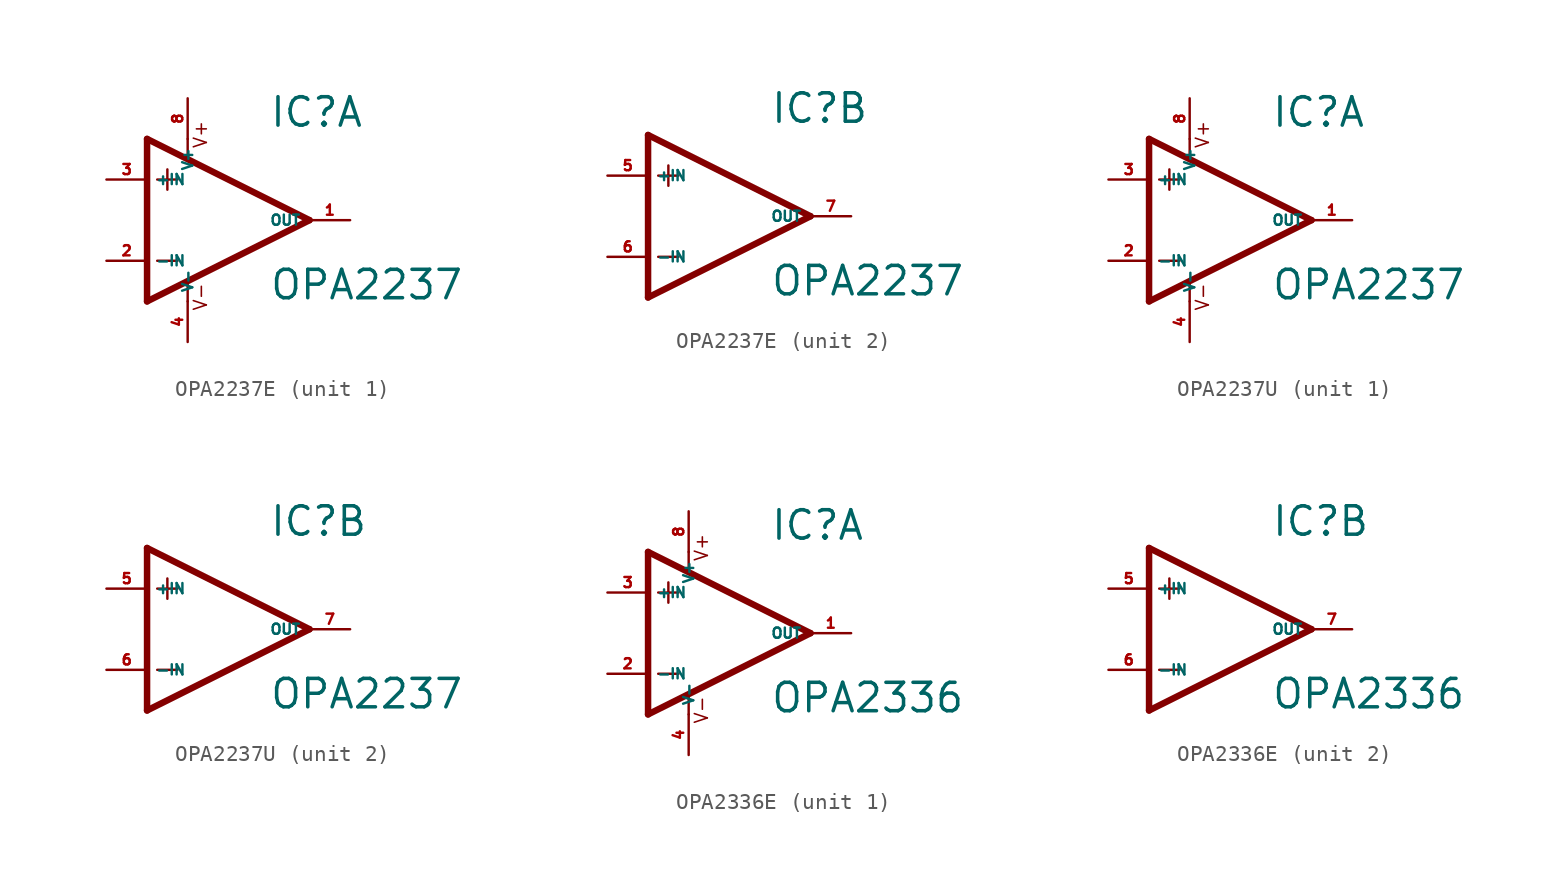
<source format=kicad_sym>
(kicad_symbol_lib
  (version 20220914)
  (generator Eagle2Kicad)
  (symbol "OPA2237E"
    (property "Reference" "IC"
      (at 2.54 5.715 0)
      (effects (font (size 1.778 1.778) (thickness 0.22)) (justify left bottom)))
    (property "Value" "OPA2237"
      (at 2.54 -5.08 0)
      (effects (font (size 1.778 1.778) (thickness 0.22)) (justify left bottom)))
    (symbol "OPA2237E_1_0"
      (polyline (pts (xy -3.81 3.175) (xy -3.81 1.905)) (stroke (width 0.152) (type default)) (fill (type none)))
      (polyline (pts (xy -4.445 2.54) (xy -3.175 2.54)) (stroke (width 0.152) (type default)) (fill (type none)))
      (polyline (pts (xy -4.445 -2.54) (xy -3.175 -2.54)) (stroke (width 0.152) (type default)) (fill (type none)))
      (polyline (pts (xy -2.54 5.08) (xy -2.54 3.886)) (stroke (width 0.152) (type default)) (fill (type none)))
      (polyline (pts (xy -2.54 -3.912) (xy -2.54 -5.08)) (stroke (width 0.152) (type default)) (fill (type none)))
      (polyline (pts (xy 5.08 0) (xy -5.08 5.08)) (stroke (width 0.406) (type default)) (fill (type none)))
      (polyline (pts (xy -5.08 5.08) (xy -5.08 -5.08)) (stroke (width 0.406) (type default)) (fill (type none)))
      (polyline (pts (xy -5.08 -5.08) (xy 5.08 0)) (stroke (width 0.406) (type default)) (fill (type none)))
      (text "V+" (at -1.27 4.445 900) (effects (font (size 0.813 0.813) (thickness 0.10)) (justify left bottom)))
      (text "V-" (at -1.27 -5.715 900) (effects (font (size 0.813 0.813) (thickness 0.10)) (justify left bottom)))
      (pin input line (at -7.62 -2.54 0) (length 2.54) (name "-IN" (effects (font (size 0.635 0.635) (thickness 0.08)) (justify left bottom))) (number "2" (effects (font (size 0.635 0.635) (thickness 0.08)) (justify left bottom))))
      (pin input line (at -7.62 2.54 0) (length 2.54) (name "+IN" (effects (font (size 0.635 0.635) (thickness 0.08)) (justify left bottom))) (number "3" (effects (font (size 0.635 0.635) (thickness 0.08)) (justify left bottom))))
      (pin output line (at 7.62 0 180) (length 2.54) (name "OUT" (effects (font (size 0.635 0.635) (thickness 0.08)) (justify left bottom))) (number "1" (effects (font (size 0.635 0.635) (thickness 0.08)) (justify left bottom))))
      (pin unspecified line (at -2.54 7.62 270) (length 2.54) (name "V+" (effects (font (size 0.635 0.635) (thickness 0.08)) (justify left bottom))) (number "8" (effects (font (size 0.635 0.635) (thickness 0.08)) (justify left bottom))))
      (pin unspecified line (at -2.54 -7.62 90) (length 2.54) (name "V-" (effects (font (size 0.635 0.635) (thickness 0.08)) (justify left bottom))) (number "4" (effects (font (size 0.635 0.635) (thickness 0.08)) (justify left bottom)))))
    (symbol "OPA2237E_2_0"
      (polyline (pts (xy -3.81 3.175) (xy -3.81 1.905)) (stroke (width 0.152) (type default)) (fill (type none)))
      (polyline (pts (xy -4.445 2.54) (xy -3.175 2.54)) (stroke (width 0.152) (type default)) (fill (type none)))
      (polyline (pts (xy -4.445 -2.54) (xy -3.175 -2.54)) (stroke (width 0.152) (type default)) (fill (type none)))
      (polyline (pts (xy 5.08 0) (xy -5.08 5.08)) (stroke (width 0.406) (type default)) (fill (type none)))
      (polyline (pts (xy -5.08 5.08) (xy -5.08 -5.08)) (stroke (width 0.406) (type default)) (fill (type none)))
      (polyline (pts (xy -5.08 -5.08) (xy 5.08 0)) (stroke (width 0.406) (type default)) (fill (type none)))
      (pin input line (at -7.62 -2.54 0) (length 2.54) (name "-IN" (effects (font (size 0.635 0.635) (thickness 0.08)) (justify left bottom))) (number "6" (effects (font (size 0.635 0.635) (thickness 0.08)) (justify left bottom))))
      (pin input line (at -7.62 2.54 0) (length 2.54) (name "+IN" (effects (font (size 0.635 0.635) (thickness 0.08)) (justify left bottom))) (number "5" (effects (font (size 0.635 0.635) (thickness 0.08)) (justify left bottom))))
      (pin output line (at 7.62 0 180) (length 2.54) (name "OUT" (effects (font (size 0.635 0.635) (thickness 0.08)) (justify left bottom))) (number "7" (effects (font (size 0.635 0.635) (thickness 0.08)) (justify left bottom))))))
  (symbol "OPA2237U"
    (property "Reference" "IC"
      (at 2.54 5.715 0)
      (effects (font (size 1.778 1.778) (thickness 0.22)) (justify left bottom)))
    (property "Value" "OPA2237"
      (at 2.54 -5.08 0)
      (effects (font (size 1.778 1.778) (thickness 0.22)) (justify left bottom)))
    (symbol "OPA2237U_1_0"
      (polyline (pts (xy -3.81 3.175) (xy -3.81 1.905)) (stroke (width 0.152) (type default)) (fill (type none)))
      (polyline (pts (xy -4.445 2.54) (xy -3.175 2.54)) (stroke (width 0.152) (type default)) (fill (type none)))
      (polyline (pts (xy -4.445 -2.54) (xy -3.175 -2.54)) (stroke (width 0.152) (type default)) (fill (type none)))
      (polyline (pts (xy -2.54 5.08) (xy -2.54 3.886)) (stroke (width 0.152) (type default)) (fill (type none)))
      (polyline (pts (xy -2.54 -3.912) (xy -2.54 -5.08)) (stroke (width 0.152) (type default)) (fill (type none)))
      (polyline (pts (xy 5.08 0) (xy -5.08 5.08)) (stroke (width 0.406) (type default)) (fill (type none)))
      (polyline (pts (xy -5.08 5.08) (xy -5.08 -5.08)) (stroke (width 0.406) (type default)) (fill (type none)))
      (polyline (pts (xy -5.08 -5.08) (xy 5.08 0)) (stroke (width 0.406) (type default)) (fill (type none)))
      (text "V+" (at -1.27 4.445 900) (effects (font (size 0.813 0.813) (thickness 0.10)) (justify left bottom)))
      (text "V-" (at -1.27 -5.715 900) (effects (font (size 0.813 0.813) (thickness 0.10)) (justify left bottom)))
      (pin input line (at -7.62 -2.54 0) (length 2.54) (name "-IN" (effects (font (size 0.635 0.635) (thickness 0.08)) (justify left bottom))) (number "2" (effects (font (size 0.635 0.635) (thickness 0.08)) (justify left bottom))))
      (pin input line (at -7.62 2.54 0) (length 2.54) (name "+IN" (effects (font (size 0.635 0.635) (thickness 0.08)) (justify left bottom))) (number "3" (effects (font (size 0.635 0.635) (thickness 0.08)) (justify left bottom))))
      (pin output line (at 7.62 0 180) (length 2.54) (name "OUT" (effects (font (size 0.635 0.635) (thickness 0.08)) (justify left bottom))) (number "1" (effects (font (size 0.635 0.635) (thickness 0.08)) (justify left bottom))))
      (pin unspecified line (at -2.54 7.62 270) (length 2.54) (name "V+" (effects (font (size 0.635 0.635) (thickness 0.08)) (justify left bottom))) (number "8" (effects (font (size 0.635 0.635) (thickness 0.08)) (justify left bottom))))
      (pin unspecified line (at -2.54 -7.62 90) (length 2.54) (name "V-" (effects (font (size 0.635 0.635) (thickness 0.08)) (justify left bottom))) (number "4" (effects (font (size 0.635 0.635) (thickness 0.08)) (justify left bottom)))))
    (symbol "OPA2237U_2_0"
      (polyline (pts (xy -3.81 3.175) (xy -3.81 1.905)) (stroke (width 0.152) (type default)) (fill (type none)))
      (polyline (pts (xy -4.445 2.54) (xy -3.175 2.54)) (stroke (width 0.152) (type default)) (fill (type none)))
      (polyline (pts (xy -4.445 -2.54) (xy -3.175 -2.54)) (stroke (width 0.152) (type default)) (fill (type none)))
      (polyline (pts (xy 5.08 0) (xy -5.08 5.08)) (stroke (width 0.406) (type default)) (fill (type none)))
      (polyline (pts (xy -5.08 5.08) (xy -5.08 -5.08)) (stroke (width 0.406) (type default)) (fill (type none)))
      (polyline (pts (xy -5.08 -5.08) (xy 5.08 0)) (stroke (width 0.406) (type default)) (fill (type none)))
      (pin input line (at -7.62 -2.54 0) (length 2.54) (name "-IN" (effects (font (size 0.635 0.635) (thickness 0.08)) (justify left bottom))) (number "6" (effects (font (size 0.635 0.635) (thickness 0.08)) (justify left bottom))))
      (pin input line (at -7.62 2.54 0) (length 2.54) (name "+IN" (effects (font (size 0.635 0.635) (thickness 0.08)) (justify left bottom))) (number "5" (effects (font (size 0.635 0.635) (thickness 0.08)) (justify left bottom))))
      (pin output line (at 7.62 0 180) (length 2.54) (name "OUT" (effects (font (size 0.635 0.635) (thickness 0.08)) (justify left bottom))) (number "7" (effects (font (size 0.635 0.635) (thickness 0.08)) (justify left bottom))))))
  (symbol "OPA2336E"
    (property "Reference" "IC"
      (at 2.54 5.715 0)
      (effects (font (size 1.778 1.778) (thickness 0.22)) (justify left bottom)))
    (property "Value" "OPA2336"
      (at 2.54 -5.08 0)
      (effects (font (size 1.778 1.778) (thickness 0.22)) (justify left bottom)))
    (symbol "OPA2336E_1_0"
      (polyline (pts (xy -3.81 3.175) (xy -3.81 1.905)) (stroke (width 0.152) (type default)) (fill (type none)))
      (polyline (pts (xy -4.445 2.54) (xy -3.175 2.54)) (stroke (width 0.152) (type default)) (fill (type none)))
      (polyline (pts (xy -4.445 -2.54) (xy -3.175 -2.54)) (stroke (width 0.152) (type default)) (fill (type none)))
      (polyline (pts (xy -2.54 5.08) (xy -2.54 3.886)) (stroke (width 0.152) (type default)) (fill (type none)))
      (polyline (pts (xy -2.54 -3.912) (xy -2.54 -5.08)) (stroke (width 0.152) (type default)) (fill (type none)))
      (polyline (pts (xy 5.08 0) (xy -5.08 5.08)) (stroke (width 0.406) (type default)) (fill (type none)))
      (polyline (pts (xy -5.08 5.08) (xy -5.08 -5.08)) (stroke (width 0.406) (type default)) (fill (type none)))
      (polyline (pts (xy -5.08 -5.08) (xy 5.08 0)) (stroke (width 0.406) (type default)) (fill (type none)))
      (text "V+" (at -1.27 4.445 900) (effects (font (size 0.813 0.813) (thickness 0.10)) (justify left bottom)))
      (text "V-" (at -1.27 -5.715 900) (effects (font (size 0.813 0.813) (thickness 0.10)) (justify left bottom)))
      (pin input line (at -7.62 -2.54 0) (length 2.54) (name "-IN" (effects (font (size 0.635 0.635) (thickness 0.08)) (justify left bottom))) (number "2" (effects (font (size 0.635 0.635) (thickness 0.08)) (justify left bottom))))
      (pin input line (at -7.62 2.54 0) (length 2.54) (name "+IN" (effects (font (size 0.635 0.635) (thickness 0.08)) (justify left bottom))) (number "3" (effects (font (size 0.635 0.635) (thickness 0.08)) (justify left bottom))))
      (pin output line (at 7.62 0 180) (length 2.54) (name "OUT" (effects (font (size 0.635 0.635) (thickness 0.08)) (justify left bottom))) (number "1" (effects (font (size 0.635 0.635) (thickness 0.08)) (justify left bottom))))
      (pin unspecified line (at -2.54 7.62 270) (length 2.54) (name "V+" (effects (font (size 0.635 0.635) (thickness 0.08)) (justify left bottom))) (number "8" (effects (font (size 0.635 0.635) (thickness 0.08)) (justify left bottom))))
      (pin unspecified line (at -2.54 -7.62 90) (length 2.54) (name "V-" (effects (font (size 0.635 0.635) (thickness 0.08)) (justify left bottom))) (number "4" (effects (font (size 0.635 0.635) (thickness 0.08)) (justify left bottom)))))
    (symbol "OPA2336E_2_0"
      (polyline (pts (xy -3.81 3.175) (xy -3.81 1.905)) (stroke (width 0.152) (type default)) (fill (type none)))
      (polyline (pts (xy -4.445 2.54) (xy -3.175 2.54)) (stroke (width 0.152) (type default)) (fill (type none)))
      (polyline (pts (xy -4.445 -2.54) (xy -3.175 -2.54)) (stroke (width 0.152) (type default)) (fill (type none)))
      (polyline (pts (xy 5.08 0) (xy -5.08 5.08)) (stroke (width 0.406) (type default)) (fill (type none)))
      (polyline (pts (xy -5.08 5.08) (xy -5.08 -5.08)) (stroke (width 0.406) (type default)) (fill (type none)))
      (polyline (pts (xy -5.08 -5.08) (xy 5.08 0)) (stroke (width 0.406) (type default)) (fill (type none)))
      (pin input line (at -7.62 -2.54 0) (length 2.54) (name "-IN" (effects (font (size 0.635 0.635) (thickness 0.08)) (justify left bottom))) (number "6" (effects (font (size 0.635 0.635) (thickness 0.08)) (justify left bottom))))
      (pin input line (at -7.62 2.54 0) (length 2.54) (name "+IN" (effects (font (size 0.635 0.635) (thickness 0.08)) (justify left bottom))) (number "5" (effects (font (size 0.635 0.635) (thickness 0.08)) (justify left bottom))))
      (pin output line (at 7.62 0 180) (length 2.54) (name "OUT" (effects (font (size 0.635 0.635) (thickness 0.08)) (justify left bottom))) (number "7" (effects (font (size 0.635 0.635) (thickness 0.08)) (justify left bottom)))))))
</source>
